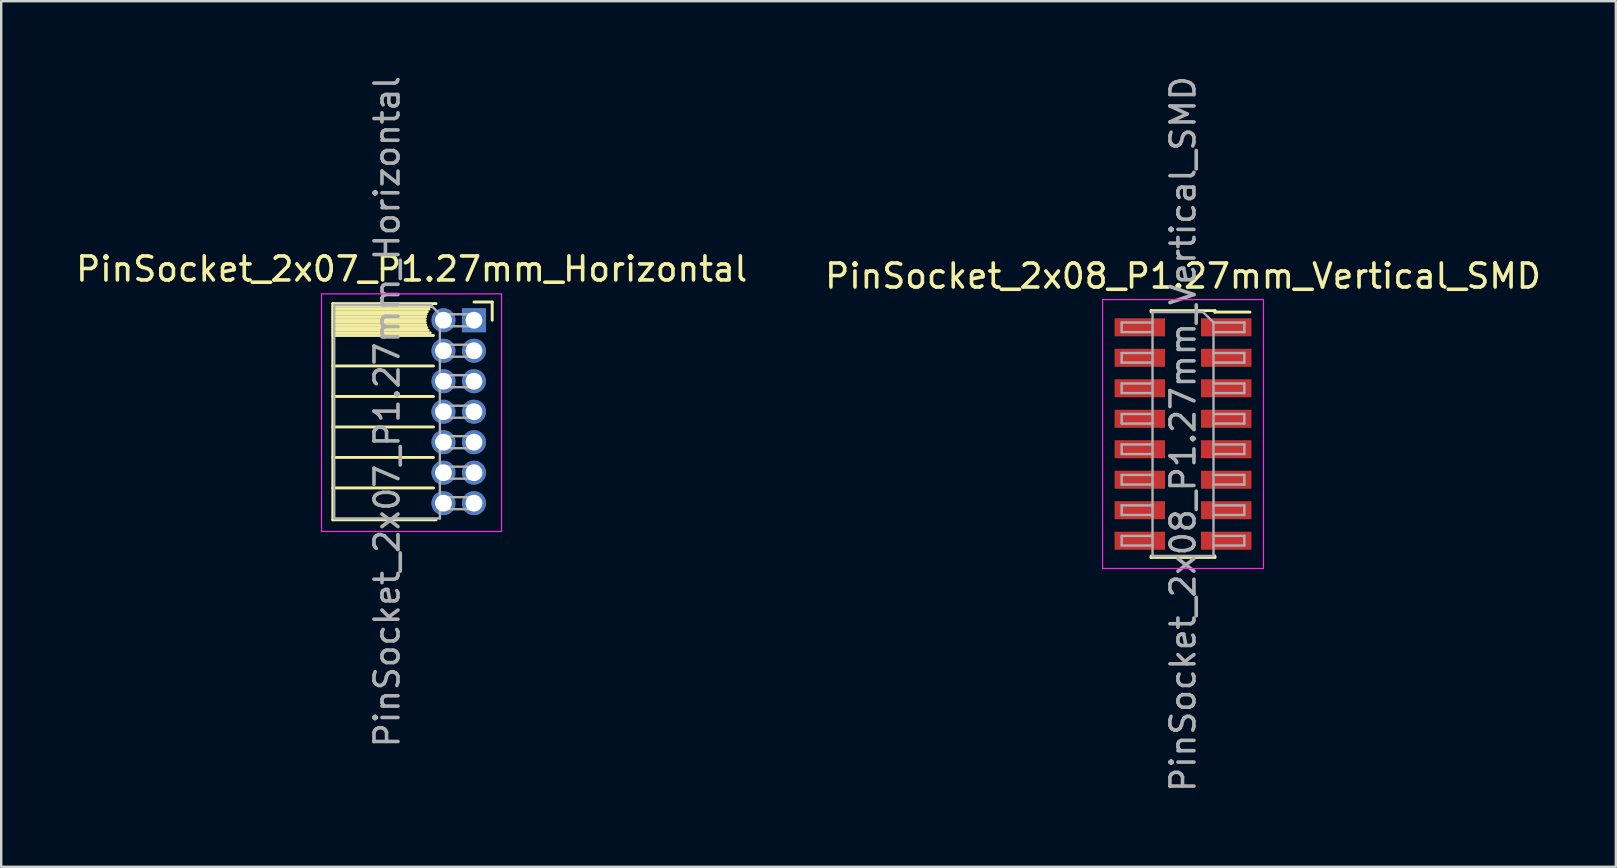
<source format=kicad_pcb>
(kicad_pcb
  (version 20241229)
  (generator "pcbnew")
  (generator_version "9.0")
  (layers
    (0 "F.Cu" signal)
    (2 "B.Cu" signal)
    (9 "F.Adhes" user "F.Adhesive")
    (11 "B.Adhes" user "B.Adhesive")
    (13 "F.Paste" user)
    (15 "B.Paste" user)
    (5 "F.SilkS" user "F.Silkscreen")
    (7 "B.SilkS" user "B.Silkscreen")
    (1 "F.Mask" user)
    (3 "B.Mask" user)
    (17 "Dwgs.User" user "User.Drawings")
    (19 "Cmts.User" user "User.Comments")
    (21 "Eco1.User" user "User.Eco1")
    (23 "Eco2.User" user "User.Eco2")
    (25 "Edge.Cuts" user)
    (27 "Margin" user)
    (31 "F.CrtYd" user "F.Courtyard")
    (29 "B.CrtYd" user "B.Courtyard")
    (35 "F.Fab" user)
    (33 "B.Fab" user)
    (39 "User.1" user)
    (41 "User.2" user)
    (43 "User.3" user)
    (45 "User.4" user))
  (footprint "PinSocket_2x08_P1.27mm_Vertical_SMD"
    (layer "F.Cu")
    (at 46.232 15.03)
    (property "Reference" "PinSocket_2x08_P1.27mm_Vertical_SMD" (at 0 -6.58 0) (layer "F.SilkS") (effects (font (size 1 1) (thickness 0.15))))
    (attr smd)
    (fp_line (start -1.33 -5.14) (end -1.33 -5.08) (stroke (width 0.12) (type solid)) (layer "F.SilkS"))
    (fp_line (start -1.33 -5.14) (end 1.33 -5.14) (stroke (width 0.12) (type solid)) (layer "F.SilkS"))
    (fp_line (start -1.33 5.08) (end -1.33 5.14) (stroke (width 0.12) (type solid)) (layer "F.SilkS"))
    (fp_line (start -1.33 5.14) (end 1.33 5.14) (stroke (width 0.12) (type solid)) (layer "F.SilkS"))
    (fp_line (start 1.33 -5.14) (end 1.33 -5.08) (stroke (width 0.12) (type solid)) (layer "F.SilkS"))
    (fp_line (start 1.33 -5.08) (end 2.79 -5.08) (stroke (width 0.12) (type solid)) (layer "F.SilkS"))
    (fp_line (start 1.33 5.08) (end 1.33 5.14) (stroke (width 0.12) (type solid)) (layer "F.SilkS"))
    (fp_line (start -3.35 -5.6) (end 3.35 -5.6) (stroke (width 0.05) (type solid)) (layer "F.CrtYd"))
    (fp_line (start -3.35 5.6) (end -3.35 -5.6) (stroke (width 0.05) (type solid)) (layer "F.CrtYd"))
    (fp_line (start 3.35 -5.6) (end 3.35 5.6) (stroke (width 0.05) (type solid)) (layer "F.CrtYd"))
    (fp_line (start 3.35 5.6) (end -3.35 5.6) (stroke (width 0.05) (type solid)) (layer "F.CrtYd"))
    (fp_line (start -2.555 -4.645) (end -1.27 -4.645) (stroke (width 0.1) (type solid)) (layer "F.Fab"))
    (fp_line (start -2.555 -4.245) (end -2.555 -4.645) (stroke (width 0.1) (type solid)) (layer "F.Fab"))
    (fp_line (start -2.555 -3.375) (end -1.27 -3.375) (stroke (width 0.1) (type solid)) (layer "F.Fab"))
    (fp_line (start -2.555 -2.975) (end -2.555 -3.375) (stroke (width 0.1) (type solid)) (layer "F.Fab"))
    (fp_line (start -2.555 -2.105) (end -1.27 -2.105) (stroke (width 0.1) (type solid)) (layer "F.Fab"))
    (fp_line (start -2.555 -1.705) (end -2.555 -2.105) (stroke (width 0.1) (type solid)) (layer "F.Fab"))
    (fp_line (start -2.555 -0.835) (end -1.27 -0.835) (stroke (width 0.1) (type solid)) (layer "F.Fab"))
    (fp_line (start -2.555 -0.435) (end -2.555 -0.835) (stroke (width 0.1) (type solid)) (layer "F.Fab"))
    (fp_line (start -2.555 0.435) (end -1.27 0.435) (stroke (width 0.1) (type solid)) (layer "F.Fab"))
    (fp_line (start -2.555 0.835) (end -2.555 0.435) (stroke (width 0.1) (type solid)) (layer "F.Fab"))
    (fp_line (start -2.555 1.705) (end -1.27 1.705) (stroke (width 0.1) (type solid)) (layer "F.Fab"))
    (fp_line (start -2.555 2.105) (end -2.555 1.705) (stroke (width 0.1) (type solid)) (layer "F.Fab"))
    (fp_line (start -2.555 2.975) (end -1.27 2.975) (stroke (width 0.1) (type solid)) (layer "F.Fab"))
    (fp_line (start -2.555 3.375) (end -2.555 2.975) (stroke (width 0.1) (type solid)) (layer "F.Fab"))
    (fp_line (start -2.555 4.245) (end -1.27 4.245) (stroke (width 0.1) (type solid)) (layer "F.Fab"))
    (fp_line (start -2.555 4.645) (end -2.555 4.245) (stroke (width 0.1) (type solid)) (layer "F.Fab"))
    (fp_line (start -1.27 -5.08) (end 0.835 -5.08) (stroke (width 0.1) (type solid)) (layer "F.Fab"))
    (fp_line (start -1.27 -4.245) (end -2.555 -4.245) (stroke (width 0.1) (type solid)) (layer "F.Fab"))
    (fp_line (start -1.27 -2.975) (end -2.555 -2.975) (stroke (width 0.1) (type solid)) (layer "F.Fab"))
    (fp_line (start -1.27 -1.705) (end -2.555 -1.705) (stroke (width 0.1) (type solid)) (layer "F.Fab"))
    (fp_line (start -1.27 -0.435) (end -2.555 -0.435) (stroke (width 0.1) (type solid)) (layer "F.Fab"))
    (fp_line (start -1.27 0.835) (end -2.555 0.835) (stroke (width 0.1) (type solid)) (layer "F.Fab"))
    (fp_line (start -1.27 2.105) (end -2.555 2.105) (stroke (width 0.1) (type solid)) (layer "F.Fab"))
    (fp_line (start -1.27 3.375) (end -2.555 3.375) (stroke (width 0.1) (type solid)) (layer "F.Fab"))
    (fp_line (start -1.27 4.645) (end -2.555 4.645) (stroke (width 0.1) (type solid)) (layer "F.Fab"))
    (fp_line (start -1.27 5.08) (end -1.27 -5.08) (stroke (width 0.1) (type solid)) (layer "F.Fab"))
    (fp_line (start 0.835 -5.08) (end 1.27 -4.645) (stroke (width 0.1) (type solid)) (layer "F.Fab"))
    (fp_line (start 1.27 -4.645) (end 1.27 5.08) (stroke (width 0.1) (type solid)) (layer "F.Fab"))
    (fp_line (start 1.27 -4.645) (end 2.555 -4.645) (stroke (width 0.1) (type solid)) (layer "F.Fab"))
    (fp_line (start 1.27 -3.375) (end 2.555 -3.375) (stroke (width 0.1) (type solid)) (layer "F.Fab"))
    (fp_line (start 1.27 -2.105) (end 2.555 -2.105) (stroke (width 0.1) (type solid)) (layer "F.Fab"))
    (fp_line (start 1.27 -0.835) (end 2.555 -0.835) (stroke (width 0.1) (type solid)) (layer "F.Fab"))
    (fp_line (start 1.27 0.435) (end 2.555 0.435) (stroke (width 0.1) (type solid)) (layer "F.Fab"))
    (fp_line (start 1.27 1.705) (end 2.555 1.705) (stroke (width 0.1) (type solid)) (layer "F.Fab"))
    (fp_line (start 1.27 2.975) (end 2.555 2.975) (stroke (width 0.1) (type solid)) (layer "F.Fab"))
    (fp_line (start 1.27 4.245) (end 2.555 4.245) (stroke (width 0.1) (type solid)) (layer "F.Fab"))
    (fp_line (start 1.27 5.08) (end -1.27 5.08) (stroke (width 0.1) (type solid)) (layer "F.Fab"))
    (fp_line (start 2.555 -4.645) (end 2.555 -4.245) (stroke (width 0.1) (type solid)) (layer "F.Fab"))
    (fp_line (start 2.555 -4.245) (end 1.27 -4.245) (stroke (width 0.1) (type solid)) (layer "F.Fab"))
    (fp_line (start 2.555 -3.375) (end 2.555 -2.975) (stroke (width 0.1) (type solid)) (layer "F.Fab"))
    (fp_line (start 2.555 -2.975) (end 1.27 -2.975) (stroke (width 0.1) (type solid)) (layer "F.Fab"))
    (fp_line (start 2.555 -2.105) (end 2.555 -1.705) (stroke (width 0.1) (type solid)) (layer "F.Fab"))
    (fp_line (start 2.555 -1.705) (end 1.27 -1.705) (stroke (width 0.1) (type solid)) (layer "F.Fab"))
    (fp_line (start 2.555 -0.835) (end 2.555 -0.435) (stroke (width 0.1) (type solid)) (layer "F.Fab"))
    (fp_line (start 2.555 -0.435) (end 1.27 -0.435) (stroke (width 0.1) (type solid)) (layer "F.Fab"))
    (fp_line (start 2.555 0.435) (end 2.555 0.835) (stroke (width 0.1) (type solid)) (layer "F.Fab"))
    (fp_line (start 2.555 0.835) (end 1.27 0.835) (stroke (width 0.1) (type solid)) (layer "F.Fab"))
    (fp_line (start 2.555 1.705) (end 2.555 2.105) (stroke (width 0.1) (type solid)) (layer "F.Fab"))
    (fp_line (start 2.555 2.105) (end 1.27 2.105) (stroke (width 0.1) (type solid)) (layer "F.Fab"))
    (fp_line (start 2.555 2.975) (end 2.555 3.375) (stroke (width 0.1) (type solid)) (layer "F.Fab"))
    (fp_line (start 2.555 3.375) (end 1.27 3.375) (stroke (width 0.1) (type solid)) (layer "F.Fab"))
    (fp_line (start 2.555 4.245) (end 2.555 4.645) (stroke (width 0.1) (type solid)) (layer "F.Fab"))
    (fp_line (start 2.555 4.645) (end 1.27 4.645) (stroke (width 0.1) (type solid)) (layer "F.Fab"))
    (fp_text user "${REFERENCE}" (at 0 0 90) (layer "F.Fab") (effects (font (size 1 1) (thickness 0.15))))
    (pad "1" smd rect (at 1.8 -4.445) (size 2.1 0.75) (layers "F.Cu" "F.Mask" "F.Paste"))
    (pad "2" smd rect (at -1.8 -4.445) (size 2.1 0.75) (layers "F.Cu" "F.Mask" "F.Paste"))
    (pad "3" smd rect (at 1.8 -3.175) (size 2.1 0.75) (layers "F.Cu" "F.Mask" "F.Paste"))
    (pad "4" smd rect (at -1.8 -3.175) (size 2.1 0.75) (layers "F.Cu" "F.Mask" "F.Paste"))
    (pad "5" smd rect (at 1.8 -1.905) (size 2.1 0.75) (layers "F.Cu" "F.Mask" "F.Paste"))
    (pad "6" smd rect (at -1.8 -1.905) (size 2.1 0.75) (layers "F.Cu" "F.Mask" "F.Paste"))
    (pad "7" smd rect (at 1.8 -0.635) (size 2.1 0.75) (layers "F.Cu" "F.Mask" "F.Paste"))
    (pad "8" smd rect (at -1.8 -0.635) (size 2.1 0.75) (layers "F.Cu" "F.Mask" "F.Paste"))
    (pad "9" smd rect (at 1.8 0.635) (size 2.1 0.75) (layers "F.Cu" "F.Mask" "F.Paste"))
    (pad "10" smd rect (at -1.8 0.635) (size 2.1 0.75) (layers "F.Cu" "F.Mask" "F.Paste"))
    (pad "11" smd rect (at 1.8 1.905) (size 2.1 0.75) (layers "F.Cu" "F.Mask" "F.Paste"))
    (pad "12" smd rect (at -1.8 1.905) (size 2.1 0.75) (layers "F.Cu" "F.Mask" "F.Paste"))
    (pad "13" smd rect (at 1.8 3.175) (size 2.1 0.75) (layers "F.Cu" "F.Mask" "F.Paste"))
    (pad "14" smd rect (at -1.8 3.175) (size 2.1 0.75) (layers "F.Cu" "F.Mask" "F.Paste"))
    (pad "15" smd rect (at 1.8 4.445) (size 2.1 0.75) (layers "F.Cu" "F.Mask" "F.Paste"))
    (pad "16" smd rect (at -1.8 4.445) (size 2.1 0.75) (layers "F.Cu" "F.Mask" "F.Paste")))
  (footprint "PinSocket_2x07_P1.27mm_Horizontal"
    (layer "F.Cu")
    (at 16.694 10.291)
    (property "Reference" "PinSocket_2x07_P1.27mm_Horizontal" (at -2.592 -2.135 0) (layer "F.SilkS") (effects (font (size 1 1) (thickness 0.15))))
    (attr through_hole)
    (fp_line (start -5.88 -0.695) (end -5.88 8.315) (stroke (width 0.12) (type solid)) (layer "F.SilkS"))
    (fp_line (start -5.88 -0.695) (end -1.578 -0.695) (stroke (width 0.12) (type solid)) (layer "F.SilkS"))
    (fp_line (start -5.88 -0.575) (end -1.767 -0.575) (stroke (width 0.12) (type solid)) (layer "F.SilkS"))
    (fp_line (start -5.88 -0.465) (end -1.871 -0.465) (stroke (width 0.12) (type solid)) (layer "F.SilkS"))
    (fp_line (start -5.88 -0.355) (end -1.942 -0.355) (stroke (width 0.12) (type solid)) (layer "F.SilkS"))
    (fp_line (start -5.88 -0.245) (end -1.989 -0.245) (stroke (width 0.12) (type solid)) (layer "F.SilkS"))
    (fp_line (start -5.88 -0.135) (end -2.018 -0.135) (stroke (width 0.12) (type solid)) (layer "F.SilkS"))
    (fp_line (start -5.88 -0.025) (end -2.03 -0.025) (stroke (width 0.12) (type solid)) (layer "F.SilkS"))
    (fp_line (start -5.88 0.085) (end -2.025 0.085) (stroke (width 0.12) (type solid)) (layer "F.SilkS"))
    (fp_line (start -5.88 0.195) (end -2.005 0.195) (stroke (width 0.12) (type solid)) (layer "F.SilkS"))
    (fp_line (start -5.88 0.305) (end -1.966 0.305) (stroke (width 0.12) (type solid)) (layer "F.SilkS"))
    (fp_line (start -5.88 0.415) (end -1.907 0.415) (stroke (width 0.12) (type solid)) (layer "F.SilkS"))
    (fp_line (start -5.88 0.525) (end -1.82 0.525) (stroke (width 0.12) (type solid)) (layer "F.SilkS"))
    (fp_line (start -5.88 0.635) (end -1.688 0.635) (stroke (width 0.12) (type solid)) (layer "F.SilkS"))
    (fp_line (start -5.88 1.905) (end -1.688 1.905) (stroke (width 0.12) (type solid)) (layer "F.SilkS"))
    (fp_line (start -5.88 3.175) (end -1.688 3.175) (stroke (width 0.12) (type solid)) (layer "F.SilkS"))
    (fp_line (start -5.88 4.445) (end -1.688 4.445) (stroke (width 0.12) (type solid)) (layer "F.SilkS"))
    (fp_line (start -5.88 5.715) (end -1.688 5.715) (stroke (width 0.12) (type solid)) (layer "F.SilkS"))
    (fp_line (start -5.88 6.985) (end -1.688 6.985) (stroke (width 0.12) (type solid)) (layer "F.SilkS"))
    (fp_line (start -5.88 8.315) (end -1.578 8.315) (stroke (width 0.12) (type solid)) (layer "F.SilkS"))
    (fp_line (start 0 -0.76) (end 0.76 -0.76) (stroke (width 0.12) (type solid)) (layer "F.SilkS"))
    (fp_line (start 0.76 -0.76) (end 0.76 0) (stroke (width 0.12) (type solid)) (layer "F.SilkS"))
    (fp_line (start -6.35 -1.1) (end -6.35 8.8) (stroke (width 0.05) (type solid)) (layer "F.CrtYd"))
    (fp_line (start -6.35 8.8) (end 1.15 8.8) (stroke (width 0.05) (type solid)) (layer "F.CrtYd"))
    (fp_line (start 1.15 -1.1) (end -6.35 -1.1) (stroke (width 0.05) (type solid)) (layer "F.CrtYd"))
    (fp_line (start 1.15 8.8) (end 1.15 -1.1) (stroke (width 0.05) (type solid)) (layer "F.CrtYd"))
    (fp_line (start -5.82 -0.635) (end -1.805 -0.635) (stroke (width 0.1) (type solid)) (layer "F.Fab"))
    (fp_line (start -5.82 8.255) (end -5.82 -0.635) (stroke (width 0.1) (type solid)) (layer "F.Fab"))
    (fp_line (start -1.805 -0.635) (end -1.42 -0.25) (stroke (width 0.1) (type solid)) (layer "F.Fab"))
    (fp_line (start -1.42 -0.25) (end -1.42 8.255) (stroke (width 0.1) (type solid)) (layer "F.Fab"))
    (fp_line (start -1.42 0.25) (end 0 0.25) (stroke (width 0.1) (type solid)) (layer "F.Fab"))
    (fp_line (start -1.42 1.52) (end 0 1.52) (stroke (width 0.1) (type solid)) (layer "F.Fab"))
    (fp_line (start -1.42 2.79) (end 0 2.79) (stroke (width 0.1) (type solid)) (layer "F.Fab"))
    (fp_line (start -1.42 4.06) (end 0 4.06) (stroke (width 0.1) (type solid)) (layer "F.Fab"))
    (fp_line (start -1.42 5.33) (end 0 5.33) (stroke (width 0.1) (type solid)) (layer "F.Fab"))
    (fp_line (start -1.42 6.6) (end 0 6.6) (stroke (width 0.1) (type solid)) (layer "F.Fab"))
    (fp_line (start -1.42 7.87) (end 0 7.87) (stroke (width 0.1) (type solid)) (layer "F.Fab"))
    (fp_line (start -1.42 8.255) (end -5.82 8.255) (stroke (width 0.1) (type solid)) (layer "F.Fab"))
    (fp_line (start 0 -0.25) (end -1.42 -0.25) (stroke (width 0.1) (type solid)) (layer "F.Fab"))
    (fp_line (start 0 0.25) (end 0 -0.25) (stroke (width 0.1) (type solid)) (layer "F.Fab"))
    (fp_line (start 0 1.02) (end -1.42 1.02) (stroke (width 0.1) (type solid)) (layer "F.Fab"))
    (fp_line (start 0 1.52) (end 0 1.02) (stroke (width 0.1) (type solid)) (layer "F.Fab"))
    (fp_line (start 0 2.29) (end -1.42 2.29) (stroke (width 0.1) (type solid)) (layer "F.Fab"))
    (fp_line (start 0 2.79) (end 0 2.29) (stroke (width 0.1) (type solid)) (layer "F.Fab"))
    (fp_line (start 0 3.56) (end -1.42 3.56) (stroke (width 0.1) (type solid)) (layer "F.Fab"))
    (fp_line (start 0 4.06) (end 0 3.56) (stroke (width 0.1) (type solid)) (layer "F.Fab"))
    (fp_line (start 0 4.83) (end -1.42 4.83) (stroke (width 0.1) (type solid)) (layer "F.Fab"))
    (fp_line (start 0 5.33) (end 0 4.83) (stroke (width 0.1) (type solid)) (layer "F.Fab"))
    (fp_line (start 0 6.1) (end -1.42 6.1) (stroke (width 0.1) (type solid)) (layer "F.Fab"))
    (fp_line (start 0 6.6) (end 0 6.1) (stroke (width 0.1) (type solid)) (layer "F.Fab"))
    (fp_line (start 0 7.37) (end -1.42 7.37) (stroke (width 0.1) (type solid)) (layer "F.Fab"))
    (fp_line (start 0 7.87) (end 0 7.37) (stroke (width 0.1) (type solid)) (layer "F.Fab"))
    (fp_text user "${REFERENCE}" (at -3.62 3.81 90) (layer "F.Fab") (effects (font (size 1 1) (thickness 0.15))))
    (pad "1" thru_hole rect (at 0 0) (size 1 1) (drill 0.7) (layers "*.Cu" "*.Mask"))
    (pad "2" thru_hole oval (at -1.27 0) (size 1 1) (drill 0.7) (layers "*.Cu" "*.Mask"))
    (pad "3" thru_hole oval (at 0 1.27) (size 1 1) (drill 0.7) (layers "*.Cu" "*.Mask"))
    (pad "4" thru_hole oval (at -1.27 1.27) (size 1 1) (drill 0.7) (layers "*.Cu" "*.Mask"))
    (pad "5" thru_hole oval (at 0 2.54) (size 1 1) (drill 0.7) (layers "*.Cu" "*.Mask"))
    (pad "6" thru_hole oval (at -1.27 2.54) (size 1 1) (drill 0.7) (layers "*.Cu" "*.Mask"))
    (pad "7" thru_hole oval (at 0 3.81) (size 1 1) (drill 0.7) (layers "*.Cu" "*.Mask"))
    (pad "8" thru_hole oval (at -1.27 3.81) (size 1 1) (drill 0.7) (layers "*.Cu" "*.Mask"))
    (pad "9" thru_hole oval (at 0 5.08) (size 1 1) (drill 0.7) (layers "*.Cu" "*.Mask"))
    (pad "10" thru_hole oval (at -1.27 5.08) (size 1 1) (drill 0.7) (layers "*.Cu" "*.Mask"))
    (pad "11" thru_hole oval (at 0 6.35) (size 1 1) (drill 0.7) (layers "*.Cu" "*.Mask"))
    (pad "12" thru_hole oval (at -1.27 6.35) (size 1 1) (drill 0.7) (layers "*.Cu" "*.Mask"))
    (pad "13" thru_hole oval (at 0 7.62) (size 1 1) (drill 0.7) (layers "*.Cu" "*.Mask"))
    (pad "14" thru_hole oval (at -1.27 7.62) (size 1 1) (drill 0.7) (layers "*.Cu" "*.Mask")))
  (gr_rect
    (start -3 -3)
    (end 64.262 33.06)
    (stroke (width 0.1) (type default))
    (fill no)
    (layer "Edge.Cuts")))
</source>
